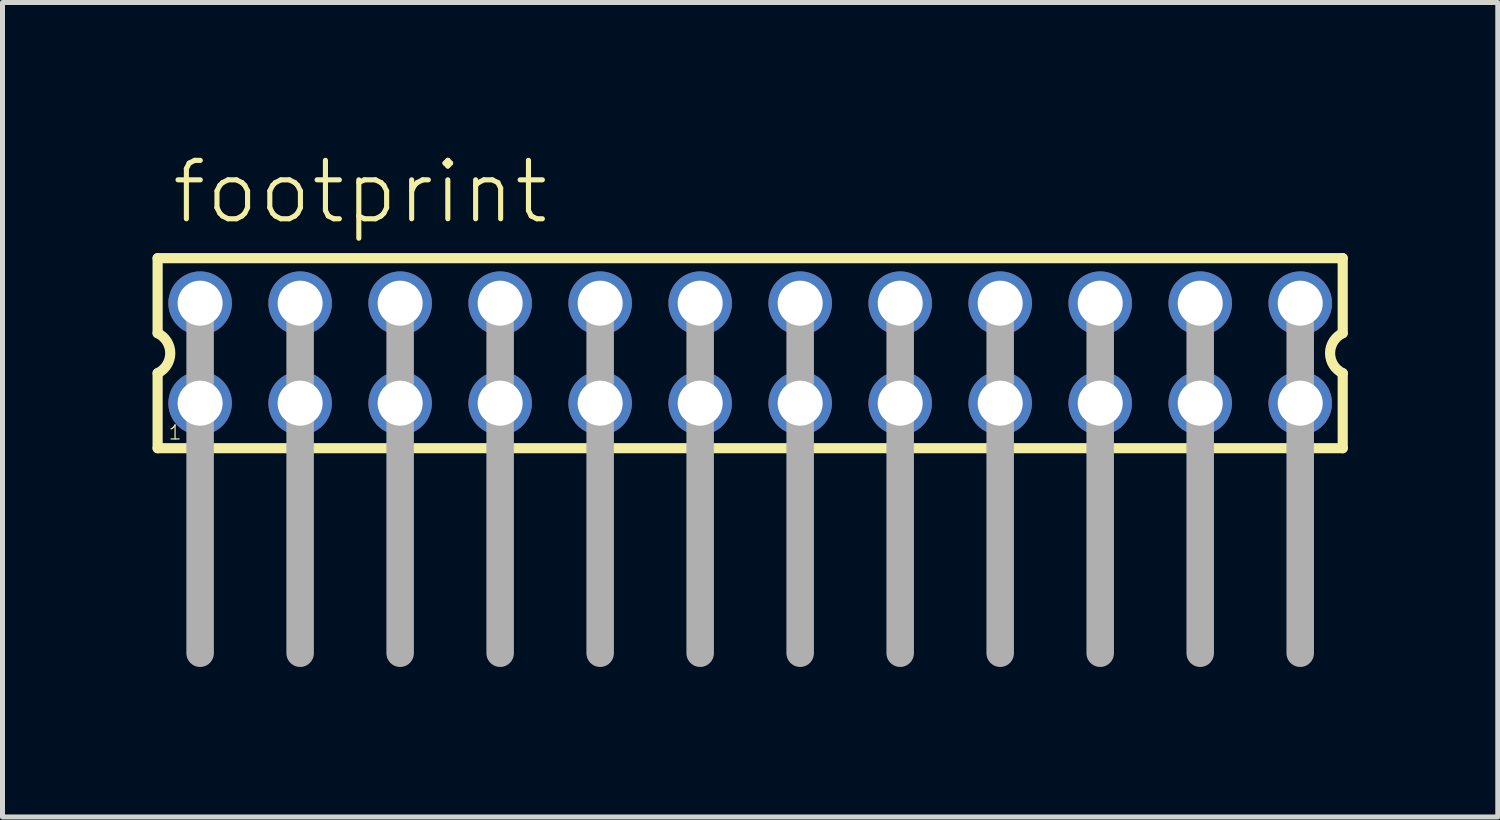
<source format=kicad_pcb>
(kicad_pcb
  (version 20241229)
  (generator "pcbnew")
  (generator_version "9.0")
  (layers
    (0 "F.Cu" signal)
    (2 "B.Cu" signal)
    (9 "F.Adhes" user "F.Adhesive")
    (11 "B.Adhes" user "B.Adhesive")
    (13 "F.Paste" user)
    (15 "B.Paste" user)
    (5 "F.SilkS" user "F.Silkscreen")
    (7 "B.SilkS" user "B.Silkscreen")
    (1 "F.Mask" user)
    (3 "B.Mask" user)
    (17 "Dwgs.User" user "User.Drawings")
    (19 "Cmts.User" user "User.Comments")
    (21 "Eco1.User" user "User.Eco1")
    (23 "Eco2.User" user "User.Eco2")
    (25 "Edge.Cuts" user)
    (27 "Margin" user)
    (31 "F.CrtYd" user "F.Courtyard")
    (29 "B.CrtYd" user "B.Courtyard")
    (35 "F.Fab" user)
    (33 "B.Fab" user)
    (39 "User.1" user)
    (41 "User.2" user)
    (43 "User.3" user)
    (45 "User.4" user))
  (footprint "footprint"
    (layer "F.Cu")
    (at 11.952 4.013)
    (property "Reference" "footprint" (at -11.62 -2.54 0) (layer "F.SilkS") (effects (font (size 1.168 1.168) (thickness 0.102)) (justify left bottom)))
    (fp_line (start -11.85 -1.9) (end -11.85 -0.4) (stroke (width 0.203) (type solid)) (layer "F.SilkS"))
    (fp_line (start -11.85 0.4) (end -11.85 1.9) (stroke (width 0.203) (type solid)) (layer "F.SilkS"))
    (fp_line (start -11.85 1.9) (end 11.85 1.9) (stroke (width 0.203) (type solid)) (layer "F.SilkS"))
    (fp_line (start 11.85 -1.9) (end -11.85 -1.9) (stroke (width 0.203) (type solid)) (layer "F.SilkS"))
    (fp_line (start 11.85 -0.4) (end 11.85 -1.9) (stroke (width 0.203) (type solid)) (layer "F.SilkS"))
    (fp_line (start 11.85 1.9) (end 11.85 0.4) (stroke (width 0.203) (type solid)) (layer "F.SilkS"))
    (fp_arc (start -11.85 -0.4) (mid -11.597167 0) (end -11.85 0.4) (stroke (width 0.2032) (type solid)) (layer "F.SilkS"))
    (fp_arc (start 11.85 0.4) (mid 11.597167 0) (end 11.85 -0.4) (stroke (width 0.2032) (type solid)) (layer "F.SilkS"))
    (fp_line (start -11 -1) (end -11 6) (stroke (width 0.55) (type solid)) (layer "F.Fab"))
    (fp_line (start -9 -1) (end -9 6) (stroke (width 0.55) (type solid)) (layer "F.Fab"))
    (fp_line (start -7 -1) (end -7 6) (stroke (width 0.55) (type solid)) (layer "F.Fab"))
    (fp_line (start -5 -1) (end -5 6) (stroke (width 0.55) (type solid)) (layer "F.Fab"))
    (fp_line (start -3 -1) (end -3 6) (stroke (width 0.55) (type solid)) (layer "F.Fab"))
    (fp_line (start -1 -1) (end -1 6) (stroke (width 0.55) (type solid)) (layer "F.Fab"))
    (fp_line (start 1 -1) (end 1 6) (stroke (width 0.55) (type solid)) (layer "F.Fab"))
    (fp_line (start 3 -1) (end 3 6) (stroke (width 0.55) (type solid)) (layer "F.Fab"))
    (fp_line (start 5 -1) (end 5 6) (stroke (width 0.55) (type solid)) (layer "F.Fab"))
    (fp_line (start 7 -1) (end 7 6) (stroke (width 0.55) (type solid)) (layer "F.Fab"))
    (fp_line (start 9 -1) (end 9 6) (stroke (width 0.55) (type solid)) (layer "F.Fab"))
    (fp_line (start 11 -1) (end 11 6) (stroke (width 0.55) (type solid)) (layer "F.Fab"))
    (fp_poly (pts (xy -11.25 -0.75) (xy -10.75 -0.75) (xy -10.75 -1.25) (xy -11.25 -1.25)) (stroke (width 0.1) (type solid)) (fill no) (layer "F.Fab"))
    (fp_poly (pts (xy -11.25 1.25) (xy -10.75 1.25) (xy -10.75 0.75) (xy -11.25 0.75)) (stroke (width 0.1) (type solid)) (fill no) (layer "F.Fab"))
    (fp_poly (pts (xy -9.25 -0.75) (xy -8.75 -0.75) (xy -8.75 -1.25) (xy -9.25 -1.25)) (stroke (width 0.1) (type solid)) (fill no) (layer "F.Fab"))
    (fp_poly (pts (xy -9.25 1.25) (xy -8.75 1.25) (xy -8.75 0.75) (xy -9.25 0.75)) (stroke (width 0.1) (type solid)) (fill no) (layer "F.Fab"))
    (fp_poly (pts (xy -7.25 -0.75) (xy -6.75 -0.75) (xy -6.75 -1.25) (xy -7.25 -1.25)) (stroke (width 0.1) (type solid)) (fill no) (layer "F.Fab"))
    (fp_poly (pts (xy -7.25 1.25) (xy -6.75 1.25) (xy -6.75 0.75) (xy -7.25 0.75)) (stroke (width 0.1) (type solid)) (fill no) (layer "F.Fab"))
    (fp_poly (pts (xy -5.25 -0.75) (xy -4.75 -0.75) (xy -4.75 -1.25) (xy -5.25 -1.25)) (stroke (width 0.1) (type solid)) (fill no) (layer "F.Fab"))
    (fp_poly (pts (xy -5.25 1.25) (xy -4.75 1.25) (xy -4.75 0.75) (xy -5.25 0.75)) (stroke (width 0.1) (type solid)) (fill no) (layer "F.Fab"))
    (fp_poly (pts (xy -3.25 -0.75) (xy -2.75 -0.75) (xy -2.75 -1.25) (xy -3.25 -1.25)) (stroke (width 0.1) (type solid)) (fill no) (layer "F.Fab"))
    (fp_poly (pts (xy -3.25 1.25) (xy -2.75 1.25) (xy -2.75 0.75) (xy -3.25 0.75)) (stroke (width 0.1) (type solid)) (fill no) (layer "F.Fab"))
    (fp_poly (pts (xy -1.25 -0.75) (xy -0.75 -0.75) (xy -0.75 -1.25) (xy -1.25 -1.25)) (stroke (width 0.1) (type solid)) (fill no) (layer "F.Fab"))
    (fp_poly (pts (xy -1.25 1.25) (xy -0.75 1.25) (xy -0.75 0.75) (xy -1.25 0.75)) (stroke (width 0.1) (type solid)) (fill no) (layer "F.Fab"))
    (fp_poly (pts (xy 0.75 -0.75) (xy 1.25 -0.75) (xy 1.25 -1.25) (xy 0.75 -1.25)) (stroke (width 0.1) (type solid)) (fill no) (layer "F.Fab"))
    (fp_poly (pts (xy 0.75 1.25) (xy 1.25 1.25) (xy 1.25 0.75) (xy 0.75 0.75)) (stroke (width 0.1) (type solid)) (fill no) (layer "F.Fab"))
    (fp_poly (pts (xy 2.75 -0.75) (xy 3.25 -0.75) (xy 3.25 -1.25) (xy 2.75 -1.25)) (stroke (width 0.1) (type solid)) (fill no) (layer "F.Fab"))
    (fp_poly (pts (xy 2.75 1.25) (xy 3.25 1.25) (xy 3.25 0.75) (xy 2.75 0.75)) (stroke (width 0.1) (type solid)) (fill no) (layer "F.Fab"))
    (fp_poly (pts (xy 4.75 -0.75) (xy 5.25 -0.75) (xy 5.25 -1.25) (xy 4.75 -1.25)) (stroke (width 0.1) (type solid)) (fill no) (layer "F.Fab"))
    (fp_poly (pts (xy 4.75 1.25) (xy 5.25 1.25) (xy 5.25 0.75) (xy 4.75 0.75)) (stroke (width 0.1) (type solid)) (fill no) (layer "F.Fab"))
    (fp_poly (pts (xy 6.75 -0.75) (xy 7.25 -0.75) (xy 7.25 -1.25) (xy 6.75 -1.25)) (stroke (width 0.1) (type solid)) (fill no) (layer "F.Fab"))
    (fp_poly (pts (xy 6.75 1.25) (xy 7.25 1.25) (xy 7.25 0.75) (xy 6.75 0.75)) (stroke (width 0.1) (type solid)) (fill no) (layer "F.Fab"))
    (fp_poly (pts (xy 8.75 -0.75) (xy 9.25 -0.75) (xy 9.25 -1.25) (xy 8.75 -1.25)) (stroke (width 0.1) (type solid)) (fill no) (layer "F.Fab"))
    (fp_poly (pts (xy 8.75 1.25) (xy 9.25 1.25) (xy 9.25 0.75) (xy 8.75 0.75)) (stroke (width 0.1) (type solid)) (fill no) (layer "F.Fab"))
    (fp_poly (pts (xy 10.75 -0.75) (xy 11.25 -0.75) (xy 11.25 -1.25) (xy 10.75 -1.25)) (stroke (width 0.1) (type solid)) (fill no) (layer "F.Fab"))
    (fp_poly (pts (xy 10.75 1.25) (xy 11.25 1.25) (xy 11.25 0.75) (xy 10.75 0.75)) (stroke (width 0.1) (type solid)) (fill no) (layer "F.Fab"))
    (fp_text user "1" (at -11.65 1.75 0) (layer "F.SilkS") (effects (font (size 0.28 0.28) (thickness 0.024)) (justify left bottom)))
    (pad "1" thru_hole circle (at -11 1) (size 1.27 1.27) (drill 0.9) (layers "*.Cu" "*.Mask"))
    (pad "2" thru_hole circle (at -11 -1) (size 1.27 1.27) (drill 0.9) (layers "*.Cu" "*.Mask"))
    (pad "3" thru_hole circle (at -9 1) (size 1.27 1.27) (drill 0.9) (layers "*.Cu" "*.Mask"))
    (pad "4" thru_hole circle (at -9 -1) (size 1.27 1.27) (drill 0.9) (layers "*.Cu" "*.Mask"))
    (pad "5" thru_hole circle (at -7 1) (size 1.27 1.27) (drill 0.9) (layers "*.Cu" "*.Mask"))
    (pad "6" thru_hole circle (at -7 -1) (size 1.27 1.27) (drill 0.9) (layers "*.Cu" "*.Mask"))
    (pad "7" thru_hole circle (at -5 1) (size 1.27 1.27) (drill 0.9) (layers "*.Cu" "*.Mask"))
    (pad "8" thru_hole circle (at -5 -1) (size 1.27 1.27) (drill 0.9) (layers "*.Cu" "*.Mask"))
    (pad "9" thru_hole circle (at -3 1) (size 1.27 1.27) (drill 0.9) (layers "*.Cu" "*.Mask"))
    (pad "10" thru_hole circle (at -3 -1) (size 1.27 1.27) (drill 0.9) (layers "*.Cu" "*.Mask"))
    (pad "11" thru_hole circle (at -1 1) (size 1.27 1.27) (drill 0.9) (layers "*.Cu" "*.Mask"))
    (pad "12" thru_hole circle (at -1 -1) (size 1.27 1.27) (drill 0.9) (layers "*.Cu" "*.Mask"))
    (pad "13" thru_hole circle (at 1 1) (size 1.27 1.27) (drill 0.9) (layers "*.Cu" "*.Mask"))
    (pad "14" thru_hole circle (at 1 -1) (size 1.27 1.27) (drill 0.9) (layers "*.Cu" "*.Mask"))
    (pad "15" thru_hole circle (at 3 1) (size 1.27 1.27) (drill 0.9) (layers "*.Cu" "*.Mask"))
    (pad "16" thru_hole circle (at 3 -1) (size 1.27 1.27) (drill 0.9) (layers "*.Cu" "*.Mask"))
    (pad "17" thru_hole circle (at 5 1) (size 1.27 1.27) (drill 0.9) (layers "*.Cu" "*.Mask"))
    (pad "18" thru_hole circle (at 5 -1) (size 1.27 1.27) (drill 0.9) (layers "*.Cu" "*.Mask"))
    (pad "19" thru_hole circle (at 7 1) (size 1.27 1.27) (drill 0.9) (layers "*.Cu" "*.Mask"))
    (pad "20" thru_hole circle (at 7 -1) (size 1.27 1.27) (drill 0.9) (layers "*.Cu" "*.Mask"))
    (pad "21" thru_hole circle (at 9 1) (size 1.27 1.27) (drill 0.9) (layers "*.Cu" "*.Mask"))
    (pad "22" thru_hole circle (at 9 -1) (size 1.27 1.27) (drill 0.9) (layers "*.Cu" "*.Mask"))
    (pad "23" thru_hole circle (at 11 1) (size 1.27 1.27) (drill 0.9) (layers "*.Cu" "*.Mask"))
    (pad "24" thru_hole circle (at 11 -1) (size 1.27 1.27) (drill 0.9) (layers "*.Cu" "*.Mask")))
  (gr_rect
    (start -3 -3)
    (end 26.903 13.288)
    (stroke (width 0.1) (type default))
    (fill no)
    (layer "Edge.Cuts")))
</source>
